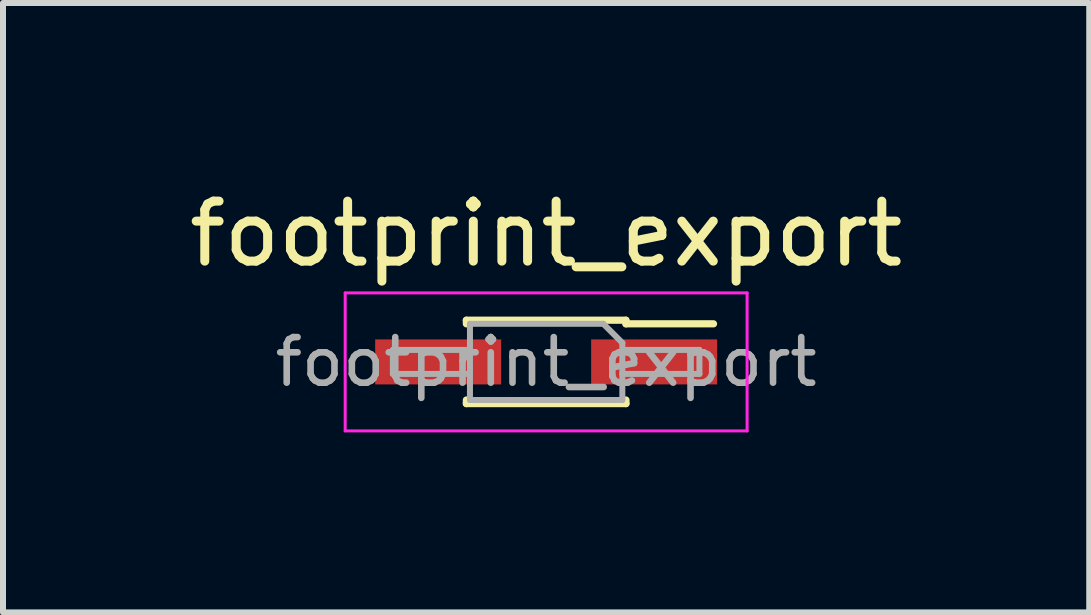
<source format=kicad_pcb>
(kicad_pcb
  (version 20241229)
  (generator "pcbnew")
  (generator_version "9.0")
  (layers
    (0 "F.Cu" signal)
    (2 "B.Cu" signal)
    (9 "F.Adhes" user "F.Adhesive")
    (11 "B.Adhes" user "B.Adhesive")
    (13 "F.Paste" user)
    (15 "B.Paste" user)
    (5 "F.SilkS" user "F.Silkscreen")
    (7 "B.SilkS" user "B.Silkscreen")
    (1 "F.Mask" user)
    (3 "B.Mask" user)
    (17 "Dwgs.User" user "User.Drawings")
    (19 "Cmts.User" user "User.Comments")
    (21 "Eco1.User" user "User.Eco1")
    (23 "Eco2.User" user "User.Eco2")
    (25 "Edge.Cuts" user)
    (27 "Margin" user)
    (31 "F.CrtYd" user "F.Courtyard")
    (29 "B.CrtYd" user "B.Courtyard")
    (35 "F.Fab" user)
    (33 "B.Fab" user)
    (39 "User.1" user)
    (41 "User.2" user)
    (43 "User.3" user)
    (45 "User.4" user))
  (footprint "footprint_export"
    (layer "F.Cu")
    (at 6.054 2.983)
    (property "Reference" "footprint_export" (at 0 -2.135 0) (layer "F.SilkS") (effects (font (size 1 1) (thickness 0.15))))
    (attr smd)
    (fp_line (start -1.33 -0.695) (end -1.33 -0.635) (stroke (width 0.12) (type solid)) (layer "F.SilkS"))
    (fp_line (start -1.33 -0.695) (end 1.33 -0.695) (stroke (width 0.12) (type solid)) (layer "F.SilkS"))
    (fp_line (start -1.33 0.635) (end -1.33 0.695) (stroke (width 0.12) (type solid)) (layer "F.SilkS"))
    (fp_line (start -1.33 0.695) (end 1.33 0.695) (stroke (width 0.12) (type solid)) (layer "F.SilkS"))
    (fp_line (start 1.33 -0.695) (end 1.33 -0.635) (stroke (width 0.12) (type solid)) (layer "F.SilkS"))
    (fp_line (start 1.33 -0.635) (end 2.79 -0.635) (stroke (width 0.12) (type solid)) (layer "F.SilkS"))
    (fp_line (start 1.33 0.635) (end 1.33 0.695) (stroke (width 0.12) (type solid)) (layer "F.SilkS"))
    (fp_line (start -3.35 -1.15) (end 3.35 -1.15) (stroke (width 0.05) (type solid)) (layer "F.CrtYd"))
    (fp_line (start -3.35 1.15) (end -3.35 -1.15) (stroke (width 0.05) (type solid)) (layer "F.CrtYd"))
    (fp_line (start 3.35 -1.15) (end 3.35 1.15) (stroke (width 0.05) (type solid)) (layer "F.CrtYd"))
    (fp_line (start 3.35 1.15) (end -3.35 1.15) (stroke (width 0.05) (type solid)) (layer "F.CrtYd"))
    (fp_line (start -2.555 -0.2) (end -1.27 -0.2) (stroke (width 0.1) (type solid)) (layer "F.Fab"))
    (fp_line (start -2.555 0.2) (end -2.555 -0.2) (stroke (width 0.1) (type solid)) (layer "F.Fab"))
    (fp_line (start -1.27 -0.635) (end 0.953 -0.635) (stroke (width 0.1) (type solid)) (layer "F.Fab"))
    (fp_line (start -1.27 0.2) (end -2.555 0.2) (stroke (width 0.1) (type solid)) (layer "F.Fab"))
    (fp_line (start -1.27 0.635) (end -1.27 -0.635) (stroke (width 0.1) (type solid)) (layer "F.Fab"))
    (fp_line (start 0.953 -0.635) (end 1.27 -0.318) (stroke (width 0.1) (type solid)) (layer "F.Fab"))
    (fp_line (start 1.27 -0.318) (end 1.27 0.635) (stroke (width 0.1) (type solid)) (layer "F.Fab"))
    (fp_line (start 1.27 -0.2) (end 2.555 -0.2) (stroke (width 0.1) (type solid)) (layer "F.Fab"))
    (fp_line (start 1.27 0.635) (end -1.27 0.635) (stroke (width 0.1) (type solid)) (layer "F.Fab"))
    (fp_line (start 2.555 -0.2) (end 2.555 0.2) (stroke (width 0.1) (type solid)) (layer "F.Fab"))
    (fp_line (start 2.555 0.2) (end 1.27 0.2) (stroke (width 0.1) (type solid)) (layer "F.Fab"))
    (fp_text user "${REFERENCE}" (at 0 0 0) (layer "F.Fab") (effects (font (size 0.76 0.76) (thickness 0.11))))
    (pad "1" smd rect (at 1.8 0) (size 2.1 0.75) (layers "F.Cu" "F.Mask" "F.Paste"))
    (pad "2" smd rect (at -1.8 0) (size 2.1 0.75) (layers "F.Cu" "F.Mask" "F.Paste")))
  (gr_rect
    (start -3 -3)
    (end 15.107 7.158)
    (stroke (width 0.1) (type default))
    (fill no)
    (layer "Edge.Cuts")))
</source>
